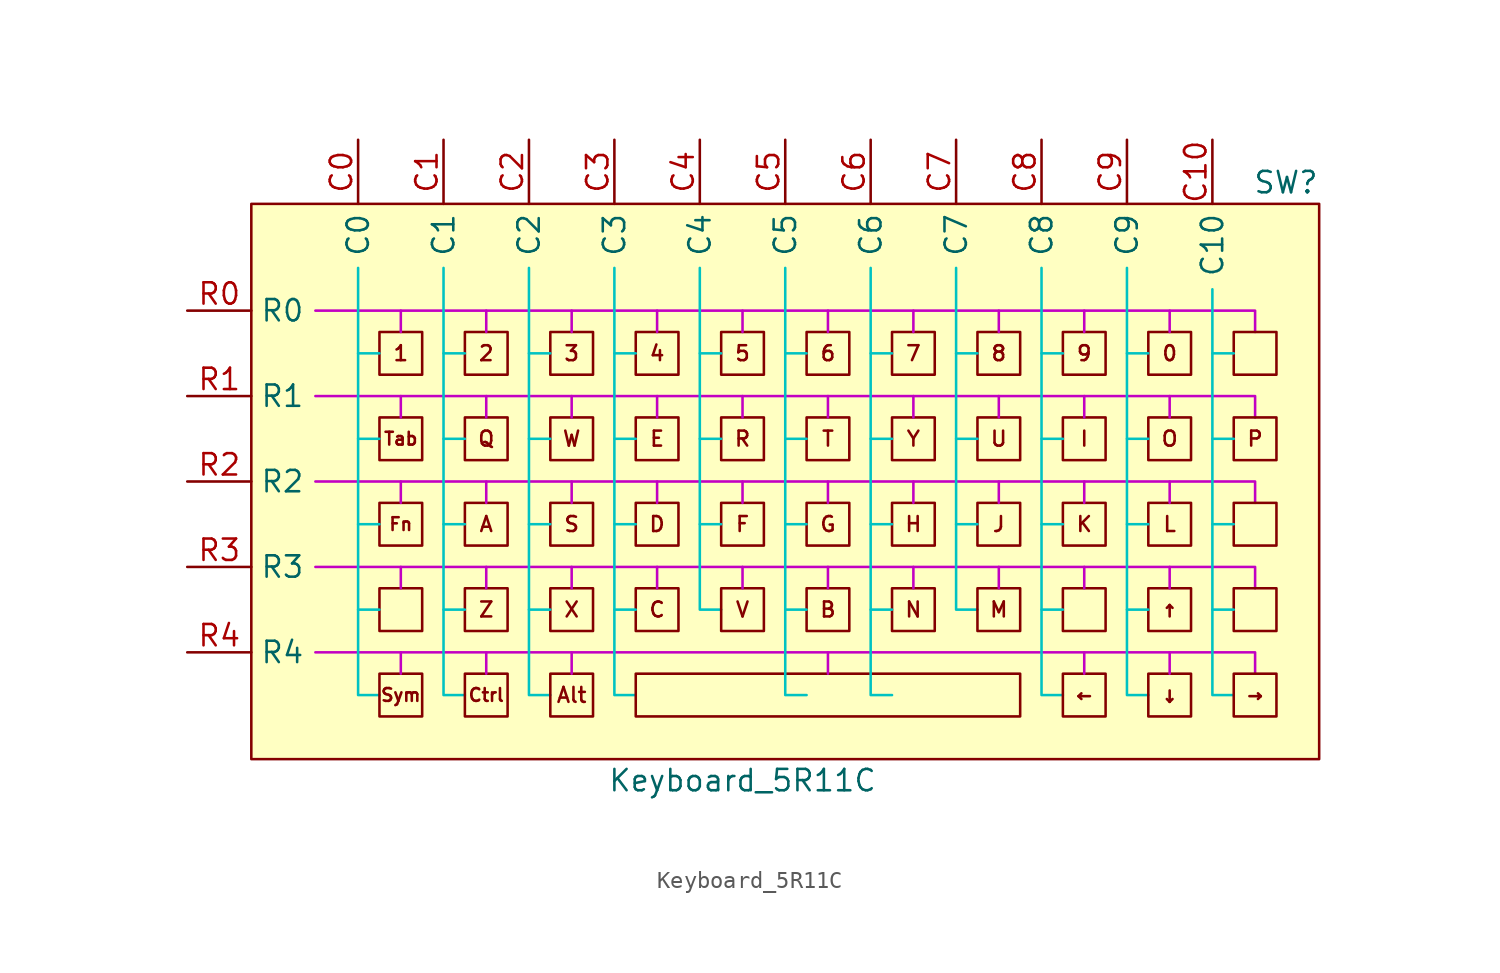
<source format=kicad_sym>
(kicad_symbol_lib
  (version 20231120)
  (generator "kicad_symbol_editor")
  (generator_version "8.0")
  (symbol "Keyboard_5R11C"
    (property "Reference" "SW"
      (at 31.75 17.78 0)
      (effects (font (size 1.27 1.27)) (justify right)))
    (property "Value" "Keyboard_5R11C"
      (at -2.54 -17.78 0)
      (effects (font (size 1.27 1.27))))
    (symbol "Keyboard_5R11C_0_0"
      (pin bidirectional line (at -25.4 20.32 270) (length 3.81) (name "C0" (effects (font (size 1.27 1.27)))) (number "C0" (effects (font (size 1.27 1.27)))))
      (pin bidirectional line (at -20.32 20.32 270) (length 3.81) (name "C1" (effects (font (size 1.27 1.27)))) (number "C1" (effects (font (size 1.27 1.27)))))
      (pin bidirectional line (at 25.4 20.32 270) (length 3.81) (name "C10" (effects (font (size 1.27 1.27)))) (number "C10" (effects (font (size 1.27 1.27)))))
      (pin bidirectional line (at -15.24 20.32 270) (length 3.81) (name "C2" (effects (font (size 1.27 1.27)))) (number "C2" (effects (font (size 1.27 1.27)))))
      (pin bidirectional line (at -10.16 20.32 270) (length 3.81) (name "C3" (effects (font (size 1.27 1.27)))) (number "C3" (effects (font (size 1.27 1.27)))))
      (pin bidirectional line (at -5.08 20.32 270) (length 3.81) (name "C4" (effects (font (size 1.27 1.27)))) (number "C4" (effects (font (size 1.27 1.27)))))
      (pin bidirectional line (at 0 20.32 270) (length 3.81) (name "C5" (effects (font (size 1.27 1.27)))) (number "C5" (effects (font (size 1.27 1.27)))))
      (pin bidirectional line (at 5.08 20.32 270) (length 3.81) (name "C6" (effects (font (size 1.27 1.27)))) (number "C6" (effects (font (size 1.27 1.27)))))
      (pin bidirectional line (at 10.16 20.32 270) (length 3.81) (name "C7" (effects (font (size 1.27 1.27)))) (number "C7" (effects (font (size 1.27 1.27)))))
      (pin bidirectional line (at 15.24 20.32 270) (length 3.81) (name "C8" (effects (font (size 1.27 1.27)))) (number "C8" (effects (font (size 1.27 1.27)))))
      (pin bidirectional line (at 20.32 20.32 270) (length 3.81) (name "C9" (effects (font (size 1.27 1.27)))) (number "C9" (effects (font (size 1.27 1.27)))))
      (pin bidirectional line (at -35.56 10.16 0) (length 3.81) (name "R0" (effects (font (size 1.27 1.27)))) (number "R0" (effects (font (size 1.27 1.27)))))
      (pin bidirectional line (at -35.56 5.08 0) (length 3.81) (name "R1" (effects (font (size 1.27 1.27)))) (number "R1" (effects (font (size 1.27 1.27)))))
      (pin bidirectional line (at -35.56 0 0) (length 3.81) (name "R2" (effects (font (size 1.27 1.27)))) (number "R2" (effects (font (size 1.27 1.27)))))
      (pin bidirectional line (at -35.56 -5.08 0) (length 3.81) (name "R3" (effects (font (size 1.27 1.27)))) (number "R3" (effects (font (size 1.27 1.27)))))
      (pin bidirectional line (at -35.56 -10.16 0) (length 3.81) (name "R4" (effects (font (size 1.27 1.27)))) (number "R4" (effects (font (size 1.27 1.27))))))
    (symbol "Keyboard_5R11C_1_0"
      (polyline (pts (xy 28.448 7.874) (xy 28.241 7.669) (xy 28.448 7.464) (xy 28.363 7.378) (xy 28.156 7.584) (xy 27.948 7.378) (xy 27.863 7.464) (xy 28.07 7.669) (xy 27.863 7.874) (xy 27.948 7.96) (xy 28.156 7.754) (xy 28.363 7.96) (xy 28.448 7.874)) (stroke (width -0.0001) (type solid)) (fill (type color) (color 132 0 0 1)))
      (polyline (pts (xy 28.75 7.165) (xy 27.809 7.165) (xy 27.309 7.668) (xy 27.486 7.668) (xy 27.862 7.291) (xy 28.624 7.291) (xy 28.624 8.046) (xy 27.862 8.046) (xy 27.486 7.668) (xy 27.309 7.668) (xy 27.308 7.669) (xy 27.809 8.173) (xy 28.75 8.173) (xy 28.75 7.165)) (stroke (width -0.0001) (type solid)) (fill (type color) (color 132 0 0 1)))
      (polyline (pts (xy -22.225 -7.62) (xy -22.535 -7.62) (xy -22.535 -8.099) (xy -23.133 -8.099) (xy -23.133 -7.62) (xy -23.441 -7.62) (xy -23.34 -7.519) (xy -23.184 -7.519) (xy -23.012 -7.519) (xy -23.012 -7.998) (xy -22.654 -7.998) (xy -22.654 -7.519) (xy -22.482 -7.519) (xy -22.834 -7.168) (xy -23.184 -7.519) (xy -23.34 -7.519) (xy -22.834 -7.013) (xy -22.225 -7.62)) (stroke (width -0.0001) (type solid)) (fill (type color) (color 132 0 0 1)))
      (polyline (pts (xy 28.55 -7.62) (xy 28.24 -7.62) (xy 28.24 -8.099) (xy 27.642 -8.099) (xy 27.642 -7.62) (xy 27.334 -7.62) (xy 27.434 -7.519) (xy 27.59 -7.519) (xy 27.762 -7.519) (xy 27.762 -7.998) (xy 28.121 -7.998) (xy 28.121 -7.519) (xy 28.293 -7.519) (xy 27.941 -7.168) (xy 27.59 -7.519) (xy 27.434 -7.519) (xy 27.941 -7.013) (xy 28.55 -7.62)) (stroke (width -0.0001) (type solid)) (fill (type color) (color 132 0 0 1)))
      (polyline (pts (xy 28.702 -3.048) (xy 27.834 -3.048) (xy 27.834 -3.356) (xy 27.226 -2.749) (xy 27.382 -2.749) (xy 27.734 -3.1) (xy 27.734 -2.928) (xy 28.604 -2.928) (xy 28.604 -2.014) (xy 28.242 -2.014) (xy 28.242 -2.569) (xy 27.734 -2.569) (xy 27.734 -2.397) (xy 27.382 -2.749) (xy 27.226 -2.749) (xy 27.833 -2.14) (xy 27.833 -2.45) (xy 28.141 -2.45) (xy 28.141 -1.894) (xy 28.702 -1.894) (xy 28.702 -3.048)) (stroke (width -0.0001) (type solid)) (fill (type color) (color 132 0 0 1))))
    (symbol "Keyboard_5R11C_1_1"
      (rectangle (start -31.75 16.51) (end 31.75 -16.51) (stroke (width 0) (type default)) (fill (type background)))
      (rectangle (start -24.13 -11.43) (end -21.59 -13.97) (stroke (width 0) (type default)) (fill (type none)))
      (rectangle (start -24.13 -6.35) (end -21.59 -8.89) (stroke (width 0) (type default)) (fill (type none)))
      (rectangle (start -24.13 -1.27) (end -21.59 -3.81) (stroke (width 0) (type default)) (fill (type none)))
      (rectangle (start -24.13 3.81) (end -21.59 1.27) (stroke (width 0) (type default)) (fill (type none)))
      (rectangle (start -24.13 8.89) (end -21.59 6.35) (stroke (width 0) (type default)) (fill (type none)))
      (rectangle (start -19.05 -11.43) (end -16.51 -13.97) (stroke (width 0) (type default)) (fill (type none)))
      (rectangle (start -19.05 -6.35) (end -16.51 -8.89) (stroke (width 0) (type default)) (fill (type none)))
      (rectangle (start -19.05 -1.27) (end -16.51 -3.81) (stroke (width 0) (type default)) (fill (type none)))
      (rectangle (start -19.05 3.81) (end -16.51 1.27) (stroke (width 0) (type default)) (fill (type none)))
      (rectangle (start -19.05 8.89) (end -16.51 6.35) (stroke (width 0) (type default)) (fill (type none)))
      (rectangle (start -13.97 -11.43) (end -11.43 -13.97) (stroke (width 0) (type default)) (fill (type none)))
      (rectangle (start -13.97 -6.35) (end -11.43 -8.89) (stroke (width 0) (type default)) (fill (type none)))
      (rectangle (start -13.97 -1.27) (end -11.43 -3.81) (stroke (width 0) (type default)) (fill (type none)))
      (rectangle (start -13.97 3.81) (end -11.43 1.27) (stroke (width 0) (type default)) (fill (type none)))
      (rectangle (start -13.97 8.89) (end -11.43 6.35) (stroke (width 0) (type default)) (fill (type none)))
      (rectangle (start -8.89 -11.43) (end 13.97 -13.97) (stroke (width 0) (type default)) (fill (type none)))
      (rectangle (start -8.89 -6.35) (end -6.35 -8.89) (stroke (width 0) (type default)) (fill (type none)))
      (rectangle (start -8.89 -1.27) (end -6.35 -3.81) (stroke (width 0) (type default)) (fill (type none)))
      (rectangle (start -8.89 3.81) (end -6.35 1.27) (stroke (width 0) (type default)) (fill (type none)))
      (rectangle (start -8.89 8.89) (end -6.35 6.35) (stroke (width 0) (type default)) (fill (type none)))
      (rectangle (start -3.81 -6.35) (end -1.27 -8.89) (stroke (width 0) (type default)) (fill (type none)))
      (rectangle (start -3.81 -1.27) (end -1.27 -3.81) (stroke (width 0) (type default)) (fill (type none)))
      (rectangle (start -3.81 3.81) (end -1.27 1.27) (stroke (width 0) (type default)) (fill (type none)))
      (rectangle (start -3.81 8.89) (end -1.27 6.35) (stroke (width 0) (type default)) (fill (type none)))
      (polyline (pts (xy -24.13 -7.62) (xy -25.4 -7.62)) (stroke (width 0) (type default) (color 0 194 194 1)) (fill (type none)))
      (polyline (pts (xy -24.13 -2.54) (xy -25.4 -2.54)) (stroke (width 0) (type default) (color 0 194 194 1)) (fill (type none)))
      (polyline (pts (xy -24.13 2.54) (xy -25.4 2.54)) (stroke (width 0) (type default) (color 0 194 194 1)) (fill (type none)))
      (polyline (pts (xy -24.13 7.62) (xy -25.4 7.62)) (stroke (width 0) (type default) (color 0 194 194 1)) (fill (type none)))
      (polyline (pts (xy -22.86 -11.43) (xy -22.86 -10.16)) (stroke (width 0) (type default) (color 194 0 194 1)) (fill (type none)))
      (polyline (pts (xy -22.86 -6.35) (xy -22.86 -5.08)) (stroke (width 0) (type default) (color 194 0 194 1)) (fill (type none)))
      (polyline (pts (xy -22.86 -1.27) (xy -22.86 0)) (stroke (width 0) (type default) (color 194 0 194 1)) (fill (type none)))
      (polyline (pts (xy -22.86 3.81) (xy -22.86 5.08)) (stroke (width 0) (type default) (color 194 0 194 1)) (fill (type none)))
      (polyline (pts (xy -22.86 8.89) (xy -22.86 10.16)) (stroke (width 0) (type default) (color 194 0 194 1)) (fill (type none)))
      (polyline (pts (xy -19.05 -7.62) (xy -20.32 -7.62)) (stroke (width 0) (type default) (color 0 194 194 1)) (fill (type none)))
      (polyline (pts (xy -19.05 -2.54) (xy -20.32 -2.54)) (stroke (width 0) (type default) (color 0 194 194 1)) (fill (type none)))
      (polyline (pts (xy -19.05 2.54) (xy -20.32 2.54)) (stroke (width 0) (type default) (color 0 194 194 1)) (fill (type none)))
      (polyline (pts (xy -19.05 7.62) (xy -20.32 7.62)) (stroke (width 0) (type default) (color 0 194 194 1)) (fill (type none)))
      (polyline (pts (xy -17.78 -11.43) (xy -17.78 -10.16)) (stroke (width 0) (type default) (color 194 0 194 1)) (fill (type none)))
      (polyline (pts (xy -17.78 -6.35) (xy -17.78 -5.08)) (stroke (width 0) (type default) (color 194 0 194 1)) (fill (type none)))
      (polyline (pts (xy -17.78 -1.27) (xy -17.78 0)) (stroke (width 0) (type default) (color 194 0 194 1)) (fill (type none)))
      (polyline (pts (xy -17.78 3.81) (xy -17.78 5.08)) (stroke (width 0) (type default) (color 194 0 194 1)) (fill (type none)))
      (polyline (pts (xy -17.78 8.89) (xy -17.78 10.16)) (stroke (width 0) (type default) (color 194 0 194 1)) (fill (type none)))
      (polyline (pts (xy -13.97 -7.62) (xy -15.24 -7.62)) (stroke (width 0) (type default) (color 0 194 194 1)) (fill (type none)))
      (polyline (pts (xy -13.97 -2.54) (xy -15.24 -2.54)) (stroke (width 0) (type default) (color 0 194 194 1)) (fill (type none)))
      (polyline (pts (xy -13.97 2.54) (xy -15.24 2.54)) (stroke (width 0) (type default) (color 0 194 194 1)) (fill (type none)))
      (polyline (pts (xy -13.97 7.62) (xy -15.24 7.62)) (stroke (width 0) (type default) (color 0 194 194 1)) (fill (type none)))
      (polyline (pts (xy -12.7 -11.43) (xy -12.7 -10.16)) (stroke (width 0) (type default) (color 194 0 194 1)) (fill (type none)))
      (polyline (pts (xy -12.7 -6.35) (xy -12.7 -5.08)) (stroke (width 0) (type default) (color 194 0 194 1)) (fill (type none)))
      (polyline (pts (xy -12.7 -1.27) (xy -12.7 0)) (stroke (width 0) (type default) (color 194 0 194 1)) (fill (type none)))
      (polyline (pts (xy -12.7 3.81) (xy -12.7 5.08)) (stroke (width 0) (type default) (color 194 0 194 1)) (fill (type none)))
      (polyline (pts (xy -12.7 8.89) (xy -12.7 10.16)) (stroke (width 0) (type default) (color 194 0 194 1)) (fill (type none)))
      (polyline (pts (xy -8.89 -7.62) (xy -10.16 -7.62)) (stroke (width 0) (type default) (color 0 194 194 1)) (fill (type none)))
      (polyline (pts (xy -8.89 -2.54) (xy -10.16 -2.54)) (stroke (width 0) (type default) (color 0 194 194 1)) (fill (type none)))
      (polyline (pts (xy -8.89 2.54) (xy -10.16 2.54)) (stroke (width 0) (type default) (color 0 194 194 1)) (fill (type none)))
      (polyline (pts (xy -8.89 7.62) (xy -10.16 7.62)) (stroke (width 0) (type default) (color 0 194 194 1)) (fill (type none)))
      (polyline (pts (xy -7.62 -6.35) (xy -7.62 -5.08)) (stroke (width 0) (type default) (color 194 0 194 1)) (fill (type none)))
      (polyline (pts (xy -7.62 -1.27) (xy -7.62 0)) (stroke (width 0) (type default) (color 194 0 194 1)) (fill (type none)))
      (polyline (pts (xy -7.62 3.81) (xy -7.62 5.08)) (stroke (width 0) (type default) (color 194 0 194 1)) (fill (type none)))
      (polyline (pts (xy -7.62 8.89) (xy -7.62 10.16)) (stroke (width 0) (type default) (color 194 0 194 1)) (fill (type none)))
      (polyline (pts (xy -3.81 -2.54) (xy -5.08 -2.54)) (stroke (width 0) (type default) (color 0 194 194 1)) (fill (type none)))
      (polyline (pts (xy -3.81 2.54) (xy -5.08 2.54)) (stroke (width 0) (type default) (color 0 194 194 1)) (fill (type none)))
      (polyline (pts (xy -3.81 7.62) (xy -5.08 7.62)) (stroke (width 0) (type default) (color 0 194 194 1)) (fill (type none)))
      (polyline (pts (xy -2.54 -6.35) (xy -2.54 -5.08)) (stroke (width 0) (type default) (color 194 0 194 1)) (fill (type none)))
      (polyline (pts (xy -2.54 -1.27) (xy -2.54 0)) (stroke (width 0) (type default) (color 194 0 194 1)) (fill (type none)))
      (polyline (pts (xy -2.54 3.81) (xy -2.54 5.08)) (stroke (width 0) (type default) (color 194 0 194 1)) (fill (type none)))
      (polyline (pts (xy -2.54 8.89) (xy -2.54 10.16)) (stroke (width 0) (type default) (color 194 0 194 1)) (fill (type none)))
      (polyline (pts (xy 1.27 -7.62) (xy 0 -7.62)) (stroke (width 0) (type default) (color 0 194 194 1)) (fill (type none)))
      (polyline (pts (xy 1.27 -2.54) (xy 0 -2.54)) (stroke (width 0) (type default) (color 0 194 194 1)) (fill (type none)))
      (polyline (pts (xy 1.27 2.54) (xy 0 2.54)) (stroke (width 0) (type default) (color 0 194 194 1)) (fill (type none)))
      (polyline (pts (xy 1.27 7.62) (xy 0 7.62)) (stroke (width 0) (type default) (color 0 194 194 1)) (fill (type none)))
      (polyline (pts (xy 2.54 -11.43) (xy 2.54 -10.16)) (stroke (width 0) (type default) (color 194 0 194 1)) (fill (type none)))
      (polyline (pts (xy 2.54 -6.35) (xy 2.54 -5.08)) (stroke (width 0) (type default) (color 194 0 194 1)) (fill (type none)))
      (polyline (pts (xy 2.54 -1.27) (xy 2.54 0)) (stroke (width 0) (type default) (color 194 0 194 1)) (fill (type none)))
      (polyline (pts (xy 2.54 3.81) (xy 2.54 5.08)) (stroke (width 0) (type default) (color 194 0 194 1)) (fill (type none)))
      (polyline (pts (xy 2.54 8.89) (xy 2.54 10.16)) (stroke (width 0) (type default) (color 194 0 194 1)) (fill (type none)))
      (polyline (pts (xy 6.35 -7.62) (xy 5.08 -7.62)) (stroke (width 0) (type default) (color 0 194 194 1)) (fill (type none)))
      (polyline (pts (xy 6.35 -2.54) (xy 5.08 -2.54)) (stroke (width 0) (type default) (color 0 194 194 1)) (fill (type none)))
      (polyline (pts (xy 6.35 2.54) (xy 5.08 2.54)) (stroke (width 0) (type default) (color 0 194 194 1)) (fill (type none)))
      (polyline (pts (xy 6.35 7.62) (xy 5.08 7.62)) (stroke (width 0) (type default) (color 0 194 194 1)) (fill (type none)))
      (polyline (pts (xy 7.62 -6.35) (xy 7.62 -5.08)) (stroke (width 0) (type default) (color 194 0 194 1)) (fill (type none)))
      (polyline (pts (xy 7.62 -1.27) (xy 7.62 0)) (stroke (width 0) (type default) (color 194 0 194 1)) (fill (type none)))
      (polyline (pts (xy 7.62 3.81) (xy 7.62 5.08)) (stroke (width 0) (type default) (color 194 0 194 1)) (fill (type none)))
      (polyline (pts (xy 7.62 8.89) (xy 7.62 10.16)) (stroke (width 0) (type default) (color 194 0 194 1)) (fill (type none)))
      (polyline (pts (xy 11.43 -2.54) (xy 10.16 -2.54)) (stroke (width 0) (type default) (color 0 194 194 1)) (fill (type none)))
      (polyline (pts (xy 11.43 2.54) (xy 10.16 2.54)) (stroke (width 0) (type default) (color 0 194 194 1)) (fill (type none)))
      (polyline (pts (xy 11.43 7.62) (xy 10.16 7.62)) (stroke (width 0) (type default) (color 0 194 194 1)) (fill (type none)))
      (polyline (pts (xy 12.7 -6.35) (xy 12.7 -5.08)) (stroke (width 0) (type default) (color 194 0 194 1)) (fill (type none)))
      (polyline (pts (xy 12.7 -1.27) (xy 12.7 0)) (stroke (width 0) (type default) (color 194 0 194 1)) (fill (type none)))
      (polyline (pts (xy 12.7 3.81) (xy 12.7 5.08)) (stroke (width 0) (type default) (color 194 0 194 1)) (fill (type none)))
      (polyline (pts (xy 12.7 8.89) (xy 12.7 10.16)) (stroke (width 0) (type default) (color 194 0 194 1)) (fill (type none)))
      (polyline (pts (xy 16.51 -7.62) (xy 15.24 -7.62)) (stroke (width 0) (type default) (color 0 194 194 1)) (fill (type none)))
      (polyline (pts (xy 16.51 -2.54) (xy 15.24 -2.54)) (stroke (width 0) (type default) (color 0 194 194 1)) (fill (type none)))
      (polyline (pts (xy 16.51 2.54) (xy 15.24 2.54)) (stroke (width 0) (type default) (color 0 194 194 1)) (fill (type none)))
      (polyline (pts (xy 16.51 7.62) (xy 15.24 7.62)) (stroke (width 0) (type default) (color 0 194 194 1)) (fill (type none)))
      (polyline (pts (xy 17.78 -11.43) (xy 17.78 -10.16)) (stroke (width 0) (type default) (color 194 0 194 1)) (fill (type none)))
      (polyline (pts (xy 17.78 -6.35) (xy 17.78 -5.08)) (stroke (width 0) (type default) (color 194 0 194 1)) (fill (type none)))
      (polyline (pts (xy 17.78 -1.27) (xy 17.78 0)) (stroke (width 0) (type default) (color 194 0 194 1)) (fill (type none)))
      (polyline (pts (xy 17.78 3.81) (xy 17.78 5.08)) (stroke (width 0) (type default) (color 194 0 194 1)) (fill (type none)))
      (polyline (pts (xy 17.78 8.89) (xy 17.78 10.16)) (stroke (width 0) (type default) (color 194 0 194 1)) (fill (type none)))
      (polyline (pts (xy 21.59 -7.62) (xy 20.32 -7.62)) (stroke (width 0) (type default) (color 0 194 194 1)) (fill (type none)))
      (polyline (pts (xy 21.59 -2.54) (xy 20.32 -2.54)) (stroke (width 0) (type default) (color 0 194 194 1)) (fill (type none)))
      (polyline (pts (xy 21.59 2.54) (xy 20.32 2.54)) (stroke (width 0) (type default) (color 0 194 194 1)) (fill (type none)))
      (polyline (pts (xy 21.59 7.62) (xy 20.32 7.62)) (stroke (width 0) (type default) (color 0 194 194 1)) (fill (type none)))
      (polyline (pts (xy 22.86 -11.43) (xy 22.86 -10.16)) (stroke (width 0) (type default) (color 194 0 194 1)) (fill (type none)))
      (polyline (pts (xy 22.86 -6.35) (xy 22.86 -5.08)) (stroke (width 0) (type default) (color 194 0 194 1)) (fill (type none)))
      (polyline (pts (xy 22.86 -1.27) (xy 22.86 0)) (stroke (width 0) (type default) (color 194 0 194 1)) (fill (type none)))
      (polyline (pts (xy 22.86 3.81) (xy 22.86 5.08)) (stroke (width 0) (type default) (color 194 0 194 1)) (fill (type none)))
      (polyline (pts (xy 22.86 8.89) (xy 22.86 10.16)) (stroke (width 0) (type default) (color 194 0 194 1)) (fill (type none)))
      (polyline (pts (xy 26.67 -7.62) (xy 25.4 -7.62)) (stroke (width 0) (type default) (color 0 194 194 1)) (fill (type none)))
      (polyline (pts (xy 26.67 -2.54) (xy 25.4 -2.54)) (stroke (width 0) (type default) (color 0 194 194 1)) (fill (type none)))
      (polyline (pts (xy 26.67 2.54) (xy 25.4 2.54)) (stroke (width 0) (type default) (color 0 194 194 1)) (fill (type none)))
      (polyline (pts (xy 26.67 7.62) (xy 25.4 7.62)) (stroke (width 0) (type default) (color 0 194 194 1)) (fill (type none)))
      (polyline (pts (xy -27.94 -10.16) (xy 27.94 -10.16) (xy 27.94 -11.43)) (stroke (width 0) (type default) (color 194 0 194 1)) (fill (type none)))
      (polyline (pts (xy -27.94 -5.08) (xy 27.94 -5.08) (xy 27.94 -6.35)) (stroke (width 0) (type default) (color 194 0 194 1)) (fill (type none)))
      (polyline (pts (xy -27.94 0) (xy 27.94 0) (xy 27.94 -1.27)) (stroke (width 0) (type default) (color 194 0 194 1)) (fill (type none)))
      (polyline (pts (xy -27.94 5.08) (xy 27.94 5.08) (xy 27.94 3.81)) (stroke (width 0) (type default) (color 194 0 194 1)) (fill (type none)))
      (polyline (pts (xy -27.94 10.16) (xy 27.94 10.16) (xy 27.94 8.89)) (stroke (width 0) (type default) (color 194 0 194 1)) (fill (type none)))
      (polyline (pts (xy -25.4 12.7) (xy -25.4 -12.7) (xy -24.13 -12.7)) (stroke (width 0) (type default) (color 0 194 194 1)) (fill (type none)))
      (polyline (pts (xy -20.32 12.7) (xy -20.32 -12.7) (xy -19.05 -12.7)) (stroke (width 0) (type default) (color 0 194 194 1)) (fill (type none)))
      (polyline (pts (xy -15.24 12.7) (xy -15.24 -12.7) (xy -13.97 -12.7)) (stroke (width 0) (type default) (color 0 194 194 1)) (fill (type none)))
      (polyline (pts (xy -10.16 12.7) (xy -10.16 -12.7) (xy -8.89 -12.7)) (stroke (width 0) (type default) (color 0 194 194 1)) (fill (type none)))
      (polyline (pts (xy -5.08 12.7) (xy -5.08 -7.62) (xy -3.81 -7.62)) (stroke (width 0) (type default) (color 0 194 194 1)) (fill (type none)))
      (polyline (pts (xy 0 12.7) (xy 0 -12.7) (xy 1.27 -12.7)) (stroke (width 0) (type default) (color 0 194 194 1)) (fill (type none)))
      (polyline (pts (xy 5.08 12.7) (xy 5.08 -12.7) (xy 6.35 -12.7)) (stroke (width 0) (type default) (color 0 194 194 1)) (fill (type none)))
      (polyline (pts (xy 10.16 12.7) (xy 10.16 -7.62) (xy 11.43 -7.62)) (stroke (width 0) (type default) (color 0 194 194 1)) (fill (type none)))
      (polyline (pts (xy 15.24 12.7) (xy 15.24 -12.7) (xy 16.51 -12.7)) (stroke (width 0) (type default) (color 0 194 194 1)) (fill (type none)))
      (polyline (pts (xy 20.32 12.7) (xy 20.32 -12.7) (xy 21.59 -12.7)) (stroke (width 0) (type default) (color 0 194 194 1)) (fill (type none)))
      (polyline (pts (xy 25.4 11.43) (xy 25.4 -12.7) (xy 26.67 -12.7)) (stroke (width 0) (type default) (color 0 194 194 1)) (fill (type none)))
      (rectangle (start 1.27 -6.35) (end 3.81 -8.89) (stroke (width 0) (type default)) (fill (type none)))
      (rectangle (start 1.27 -1.27) (end 3.81 -3.81) (stroke (width 0) (type default)) (fill (type none)))
      (rectangle (start 1.27 3.81) (end 3.81 1.27) (stroke (width 0) (type default)) (fill (type none)))
      (rectangle (start 1.27 8.89) (end 3.81 6.35) (stroke (width 0) (type default)) (fill (type none)))
      (rectangle (start 6.35 -6.35) (end 8.89 -8.89) (stroke (width 0) (type default)) (fill (type none)))
      (rectangle (start 6.35 -1.27) (end 8.89 -3.81) (stroke (width 0) (type default)) (fill (type none)))
      (rectangle (start 6.35 3.81) (end 8.89 1.27) (stroke (width 0) (type default)) (fill (type none)))
      (rectangle (start 6.35 8.89) (end 8.89 6.35) (stroke (width 0) (type default)) (fill (type none)))
      (rectangle (start 11.43 -6.35) (end 13.97 -8.89) (stroke (width 0) (type default)) (fill (type none)))
      (rectangle (start 11.43 -1.27) (end 13.97 -3.81) (stroke (width 0) (type default)) (fill (type none)))
      (rectangle (start 11.43 3.81) (end 13.97 1.27) (stroke (width 0) (type default)) (fill (type none)))
      (rectangle (start 11.43 8.89) (end 13.97 6.35) (stroke (width 0) (type default)) (fill (type none)))
      (rectangle (start 16.51 -11.43) (end 19.05 -13.97) (stroke (width 0) (type default)) (fill (type none)))
      (rectangle (start 16.51 -6.35) (end 19.05 -8.89) (stroke (width 0) (type default)) (fill (type none)))
      (rectangle (start 16.51 -1.27) (end 19.05 -3.81) (stroke (width 0) (type default)) (fill (type none)))
      (rectangle (start 16.51 3.81) (end 19.05 1.27) (stroke (width 0) (type default)) (fill (type none)))
      (rectangle (start 16.51 8.89) (end 19.05 6.35) (stroke (width 0) (type default)) (fill (type none)))
      (rectangle (start 21.59 -11.43) (end 24.13 -13.97) (stroke (width 0) (type default)) (fill (type none)))
      (rectangle (start 21.59 -6.35) (end 24.13 -8.89) (stroke (width 0) (type default)) (fill (type none)))
      (rectangle (start 21.59 -1.27) (end 24.13 -3.81) (stroke (width 0) (type default)) (fill (type none)))
      (rectangle (start 21.59 3.81) (end 24.13 1.27) (stroke (width 0) (type default)) (fill (type none)))
      (rectangle (start 21.59 8.89) (end 24.13 6.35) (stroke (width 0) (type default)) (fill (type none)))
      (rectangle (start 26.67 -11.43) (end 29.21 -13.97) (stroke (width 0) (type default)) (fill (type none)))
      (rectangle (start 26.67 -6.35) (end 29.21 -8.89) (stroke (width 0) (type default)) (fill (type none)))
      (rectangle (start 26.67 -1.27) (end 29.21 -3.81) (stroke (width 0) (type default)) (fill (type none)))
      (rectangle (start 26.67 3.81) (end 29.21 1.27) (stroke (width 0) (type default)) (fill (type none)))
      (rectangle (start 26.67 8.89) (end 29.21 6.35) (stroke (width 0) (type default)) (fill (type none)))
      (text "0" (at 22.86 7.62 0) (effects (font (size 0.889 0.889))))
      (text "1" (at -22.86 7.62 0) (effects (font (size 0.889 0.889))))
      (text "2" (at -17.78 7.62 0) (effects (font (size 0.889 0.889))))
      (text "3" (at -12.7 7.62 0) (effects (font (size 0.889 0.889))))
      (text "4" (at -7.62 7.62 0) (effects (font (size 0.889 0.889))))
      (text "5" (at -2.54 7.62 0) (effects (font (size 0.889 0.889))))
      (text "6" (at 2.54 7.62 0) (effects (font (size 0.889 0.889))))
      (text "7" (at 7.62 7.62 0) (effects (font (size 0.889 0.889))))
      (text "8" (at 12.7 7.62 0) (effects (font (size 0.889 0.889))))
      (text "9" (at 17.78 7.62 0) (effects (font (size 0.889 0.889))))
      (text "A" (at -17.78 -2.54 0) (effects (font (size 0.889 0.889))))
      (text "Alt" (at -12.7 -12.7 0) (effects (font (size 0.889 0.889))))
      (text "B" (at 2.54 -7.62 0) (effects (font (size 0.889 0.889))))
      (text "C" (at -7.62 -7.62 0) (effects (font (size 0.889 0.889))))
      (text "Ctrl" (at -17.78 -12.7 0) (effects (font (size 0.762 0.762))))
      (text "D" (at -7.62 -2.54 0) (effects (font (size 0.889 0.889))))
      (text "E" (at -7.62 2.54 0) (effects (font (size 0.889 0.889))))
      (text "F" (at -2.54 -2.54 0) (effects (font (size 0.889 0.889))))
      (text "Fn" (at -22.86 -2.54 0) (effects (font (size 0.762 0.762))))
      (text "G" (at 2.54 -2.54 0) (effects (font (size 0.889 0.889))))
      (text "H" (at 7.62 -2.54 0) (effects (font (size 0.889 0.889))))
      (text "I" (at 17.78 2.54 0) (effects (font (size 0.889 0.889))))
      (text "J" (at 12.7 -2.54 0) (effects (font (size 0.889 0.889))))
      (text "K" (at 17.78 -2.54 0) (effects (font (size 0.889 0.889))))
      (text "L" (at 22.86 -2.54 0) (effects (font (size 0.889 0.889))))
      (text "M" (at 12.7 -7.62 0) (effects (font (size 0.889 0.889))))
      (text "N" (at 7.62 -7.62 0) (effects (font (size 0.889 0.889))))
      (text "O" (at 22.86 2.54 0) (effects (font (size 0.889 0.889))))
      (text "P\n" (at 27.94 2.54 0) (effects (font (size 0.889 0.889))))
      (text "Q" (at -17.78 2.54 0) (effects (font (size 0.889 0.889))))
      (text "R" (at -2.54 2.54 0) (effects (font (size 0.889 0.889))))
      (text "S" (at -12.7 -2.54 0) (effects (font (size 0.889 0.889))))
      (text "Sym" (at -22.86 -12.7 0) (effects (font (size 0.762 0.762))))
      (text "T" (at 2.54 2.54 0) (effects (font (size 0.889 0.889))))
      (text "Tab" (at -22.86 2.54 0) (effects (font (size 0.762 0.762))))
      (text "U" (at 12.7 2.54 0) (effects (font (size 0.889 0.889))))
      (text "V" (at -2.54 -7.62 0) (effects (font (size 0.889 0.889))))
      (text "W" (at -12.7 2.54 0) (effects (font (size 0.889 0.889))))
      (text "X" (at -12.7 -7.62 0) (effects (font (size 0.889 0.889))))
      (text "Y" (at 7.62 2.54 0) (effects (font (size 0.889 0.889))))
      (text "Z" (at -17.78 -7.62 0) (effects (font (size 0.889 0.889))))
      (text "←" (at 17.78 -12.7 0) (effects (font (size 0.889 0.889))))
      (text "↑" (at 22.86 -7.62 0) (effects (font (size 0.889 0.889))))
      (text "→" (at 27.94 -12.7 0) (effects (font (size 0.889 0.889))))
      (text "↓" (at 22.86 -12.7 0) (effects (font (size 0.889 0.889)))))))
</source>
